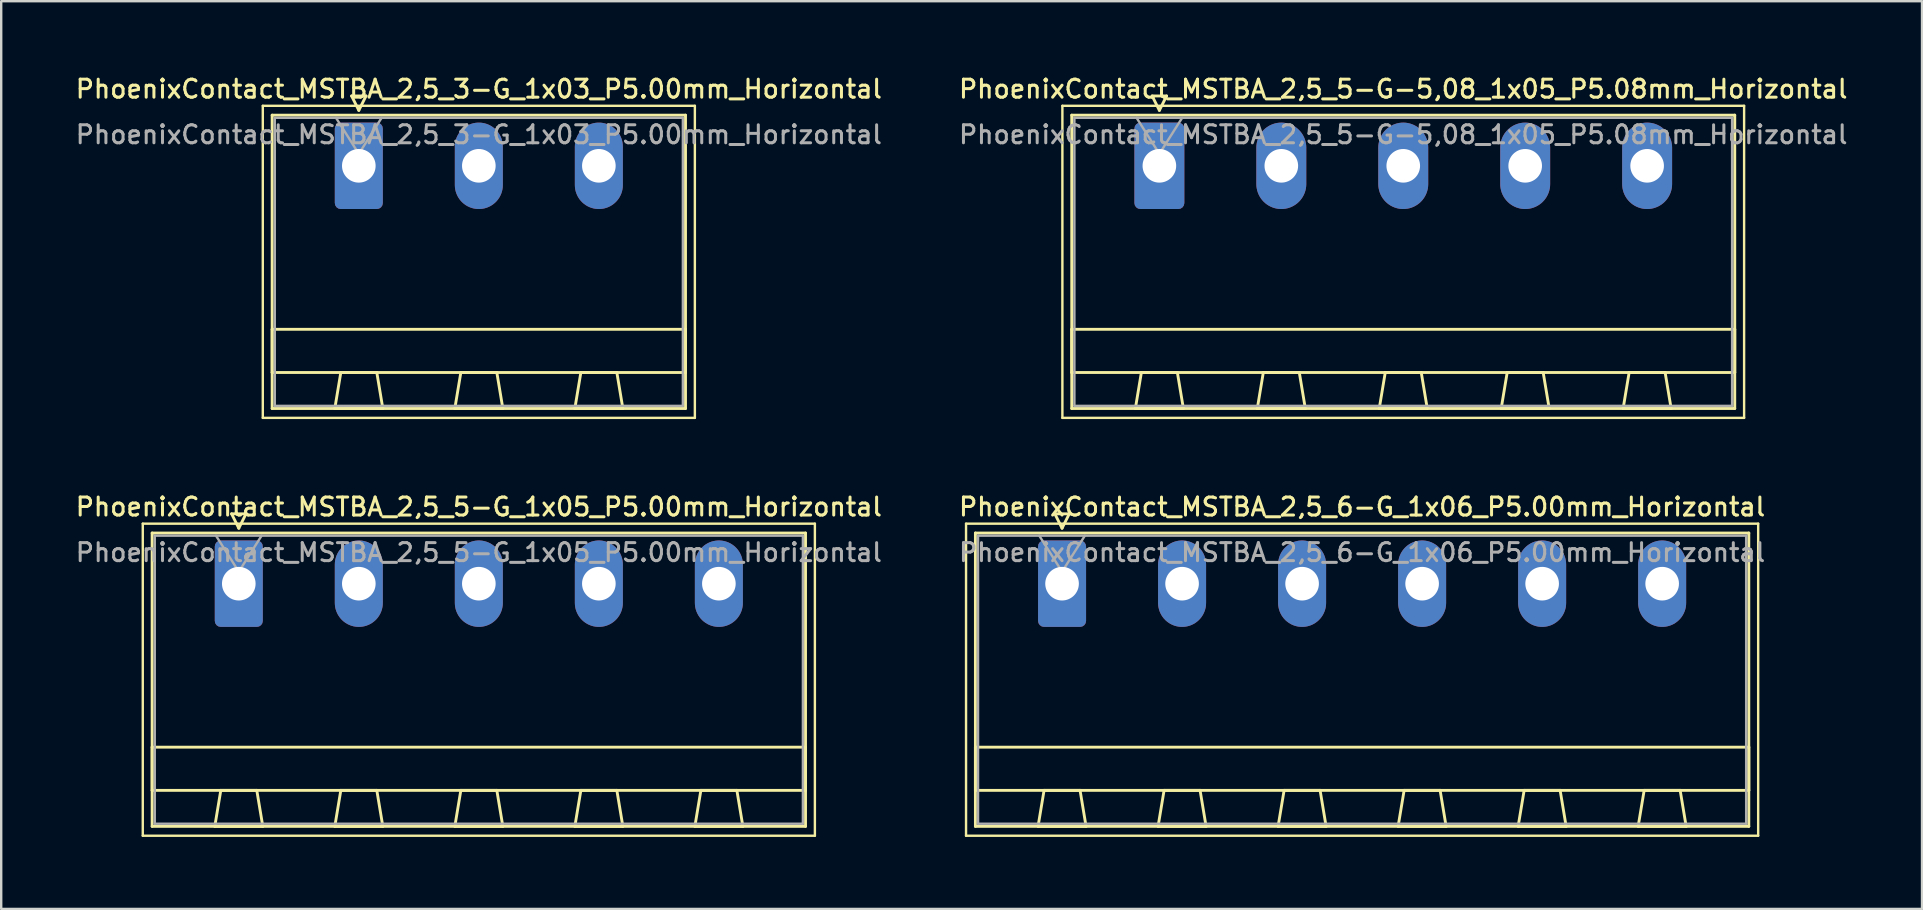
<source format=kicad_pcb>
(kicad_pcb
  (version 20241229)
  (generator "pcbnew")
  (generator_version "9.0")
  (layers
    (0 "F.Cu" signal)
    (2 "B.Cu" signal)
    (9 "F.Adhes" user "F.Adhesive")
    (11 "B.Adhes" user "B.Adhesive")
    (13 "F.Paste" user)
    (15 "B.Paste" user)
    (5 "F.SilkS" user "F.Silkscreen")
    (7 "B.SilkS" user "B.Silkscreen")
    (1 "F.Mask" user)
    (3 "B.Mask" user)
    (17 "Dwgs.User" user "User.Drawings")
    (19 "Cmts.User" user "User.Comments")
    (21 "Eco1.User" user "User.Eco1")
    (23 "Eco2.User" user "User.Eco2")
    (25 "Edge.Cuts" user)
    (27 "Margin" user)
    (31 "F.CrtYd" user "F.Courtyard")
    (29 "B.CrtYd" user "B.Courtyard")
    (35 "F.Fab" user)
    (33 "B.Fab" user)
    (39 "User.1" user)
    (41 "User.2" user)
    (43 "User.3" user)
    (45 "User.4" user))
  (footprint "PhoenixContact_MSTBA_2,5_5-G-5,08_1x05_P5.08mm_Horizontal"
    (layer "F.Cu")
    (at 45.249 3.858)
    (property "Reference" "PhoenixContact_MSTBA_2,5_5-G-5,08_1x05_P5.08mm_Horizontal" (at 10.16 -3.2 0) (layer "F.SilkS") (effects (font (size 0.75 0.75) (thickness 0.125))))
    (attr through_hole)
    (fp_line (start -4.04 -2.5) (end -4.04 10.5) (stroke (width 0.1) (type solid)) (layer "F.SilkS"))
    (fp_line (start -4.04 10.5) (end 24.36 10.5) (stroke (width 0.1) (type solid)) (layer "F.SilkS"))
    (fp_line (start -3.65 -2.11) (end -3.65 10.11) (stroke (width 0.12) (type solid)) (layer "F.SilkS"))
    (fp_line (start -3.65 6.81) (end 23.97 6.81) (stroke (width 0.12) (type solid)) (layer "F.SilkS"))
    (fp_line (start -3.65 8.61) (end -3.65 6.81) (stroke (width 0.12) (type solid)) (layer "F.SilkS"))
    (fp_line (start -3.65 10.11) (end 23.97 10.11) (stroke (width 0.12) (type solid)) (layer "F.SilkS"))
    (fp_line (start -1 10.11) (end 1 10.11) (stroke (width 0.12) (type solid)) (layer "F.SilkS"))
    (fp_line (start -0.75 8.61) (end -1 10.11) (stroke (width 0.12) (type solid)) (layer "F.SilkS"))
    (fp_line (start -0.3 -2.91) (end 0.3 -2.91) (stroke (width 0.12) (type solid)) (layer "F.SilkS"))
    (fp_line (start 0 -2.31) (end -0.3 -2.91) (stroke (width 0.12) (type solid)) (layer "F.SilkS"))
    (fp_line (start 0.3 -2.91) (end 0 -2.31) (stroke (width 0.12) (type solid)) (layer "F.SilkS"))
    (fp_line (start 0.75 8.61) (end -0.75 8.61) (stroke (width 0.12) (type solid)) (layer "F.SilkS"))
    (fp_line (start 1 10.11) (end 0.75 8.61) (stroke (width 0.12) (type solid)) (layer "F.SilkS"))
    (fp_line (start 4.08 10.11) (end 6.08 10.11) (stroke (width 0.12) (type solid)) (layer "F.SilkS"))
    (fp_line (start 4.33 8.61) (end 4.08 10.11) (stroke (width 0.12) (type solid)) (layer "F.SilkS"))
    (fp_line (start 5.83 8.61) (end 4.33 8.61) (stroke (width 0.12) (type solid)) (layer "F.SilkS"))
    (fp_line (start 6.08 10.11) (end 5.83 8.61) (stroke (width 0.12) (type solid)) (layer "F.SilkS"))
    (fp_line (start 9.16 10.11) (end 11.16 10.11) (stroke (width 0.12) (type solid)) (layer "F.SilkS"))
    (fp_line (start 9.41 8.61) (end 9.16 10.11) (stroke (width 0.12) (type solid)) (layer "F.SilkS"))
    (fp_line (start 10.91 8.61) (end 9.41 8.61) (stroke (width 0.12) (type solid)) (layer "F.SilkS"))
    (fp_line (start 11.16 10.11) (end 10.91 8.61) (stroke (width 0.12) (type solid)) (layer "F.SilkS"))
    (fp_line (start 14.24 10.11) (end 16.24 10.11) (stroke (width 0.12) (type solid)) (layer "F.SilkS"))
    (fp_line (start 14.49 8.61) (end 14.24 10.11) (stroke (width 0.12) (type solid)) (layer "F.SilkS"))
    (fp_line (start 15.99 8.61) (end 14.49 8.61) (stroke (width 0.12) (type solid)) (layer "F.SilkS"))
    (fp_line (start 16.24 10.11) (end 15.99 8.61) (stroke (width 0.12) (type solid)) (layer "F.SilkS"))
    (fp_line (start 19.32 10.11) (end 21.32 10.11) (stroke (width 0.12) (type solid)) (layer "F.SilkS"))
    (fp_line (start 19.57 8.61) (end 19.32 10.11) (stroke (width 0.12) (type solid)) (layer "F.SilkS"))
    (fp_line (start 21.07 8.61) (end 19.57 8.61) (stroke (width 0.12) (type solid)) (layer "F.SilkS"))
    (fp_line (start 21.32 10.11) (end 21.07 8.61) (stroke (width 0.12) (type solid)) (layer "F.SilkS"))
    (fp_line (start 23.97 -2.11) (end -3.65 -2.11) (stroke (width 0.12) (type solid)) (layer "F.SilkS"))
    (fp_line (start 23.97 6.81) (end 23.97 8.61) (stroke (width 0.12) (type solid)) (layer "F.SilkS"))
    (fp_line (start 23.97 8.61) (end -3.65 8.61) (stroke (width 0.12) (type solid)) (layer "F.SilkS"))
    (fp_line (start 23.97 10.11) (end 23.97 -2.11) (stroke (width 0.12) (type solid)) (layer "F.SilkS"))
    (fp_line (start 24.36 -2.5) (end -4.04 -2.5) (stroke (width 0.1) (type solid)) (layer "F.SilkS"))
    (fp_line (start 24.36 10.5) (end 24.36 -2.5) (stroke (width 0.1) (type solid)) (layer "F.SilkS"))
    (fp_line (start -3.54 -2) (end -3.54 10) (stroke (width 0.1) (type solid)) (layer "F.Fab"))
    (fp_line (start -3.54 10) (end 23.86 10) (stroke (width 0.1) (type solid)) (layer "F.Fab"))
    (fp_line (start 0 -0.5) (end -0.95 -2) (stroke (width 0.1) (type solid)) (layer "F.Fab"))
    (fp_line (start 0.95 -2) (end 0 -0.5) (stroke (width 0.1) (type solid)) (layer "F.Fab"))
    (fp_line (start 23.86 -2) (end -3.54 -2) (stroke (width 0.1) (type solid)) (layer "F.Fab"))
    (fp_line (start 23.86 10) (end 23.86 -2) (stroke (width 0.1) (type solid)) (layer "F.Fab"))
    (fp_text user "${REFERENCE}" (at 10.16 -1.3 0) (layer "F.Fab") (effects (font (size 0.75 0.75) (thickness 0.125))))
    (pad "1" thru_hole roundrect (at 0 0) (size 2.08 3.6) (drill 1.4) (layers "*.Cu" "*.Mask") (roundrect_rratio 0.12))
    (pad "2" thru_hole oval (at 5.08 0) (size 2.08 3.6) (drill 1.4) (layers "*.Cu" "*.Mask"))
    (pad "3" thru_hole oval (at 10.16 0) (size 2.08 3.6) (drill 1.4) (layers "*.Cu" "*.Mask"))
    (pad "4" thru_hole oval (at 15.24 0) (size 2.08 3.6) (drill 1.4) (layers "*.Cu" "*.Mask"))
    (pad "5" thru_hole oval (at 20.32 0) (size 2.08 3.6) (drill 1.4) (layers "*.Cu" "*.Mask")))
  (footprint "PhoenixContact_MSTBA_2,5_3-G_1x03_P5.00mm_Horizontal"
    (layer "F.Cu")
    (at 11.898 3.858)
    (property "Reference" "PhoenixContact_MSTBA_2,5_3-G_1x03_P5.00mm_Horizontal" (at 5 -3.2 0) (layer "F.SilkS") (effects (font (size 0.75 0.75) (thickness 0.125))))
    (attr through_hole)
    (fp_line (start -4 -2.5) (end -4 10.5) (stroke (width 0.1) (type solid)) (layer "F.SilkS"))
    (fp_line (start -4 10.5) (end 14 10.5) (stroke (width 0.1) (type solid)) (layer "F.SilkS"))
    (fp_line (start -3.61 -2.11) (end -3.61 10.11) (stroke (width 0.12) (type solid)) (layer "F.SilkS"))
    (fp_line (start -3.61 6.81) (end 13.61 6.81) (stroke (width 0.12) (type solid)) (layer "F.SilkS"))
    (fp_line (start -3.61 8.61) (end -3.61 6.81) (stroke (width 0.12) (type solid)) (layer "F.SilkS"))
    (fp_line (start -3.61 10.11) (end 13.61 10.11) (stroke (width 0.12) (type solid)) (layer "F.SilkS"))
    (fp_line (start -1 10.11) (end 1 10.11) (stroke (width 0.12) (type solid)) (layer "F.SilkS"))
    (fp_line (start -0.75 8.61) (end -1 10.11) (stroke (width 0.12) (type solid)) (layer "F.SilkS"))
    (fp_line (start -0.3 -2.91) (end 0.3 -2.91) (stroke (width 0.12) (type solid)) (layer "F.SilkS"))
    (fp_line (start 0 -2.31) (end -0.3 -2.91) (stroke (width 0.12) (type solid)) (layer "F.SilkS"))
    (fp_line (start 0.3 -2.91) (end 0 -2.31) (stroke (width 0.12) (type solid)) (layer "F.SilkS"))
    (fp_line (start 0.75 8.61) (end -0.75 8.61) (stroke (width 0.12) (type solid)) (layer "F.SilkS"))
    (fp_line (start 1 10.11) (end 0.75 8.61) (stroke (width 0.12) (type solid)) (layer "F.SilkS"))
    (fp_line (start 4 10.11) (end 6 10.11) (stroke (width 0.12) (type solid)) (layer "F.SilkS"))
    (fp_line (start 4.25 8.61) (end 4 10.11) (stroke (width 0.12) (type solid)) (layer "F.SilkS"))
    (fp_line (start 5.75 8.61) (end 4.25 8.61) (stroke (width 0.12) (type solid)) (layer "F.SilkS"))
    (fp_line (start 6 10.11) (end 5.75 8.61) (stroke (width 0.12) (type solid)) (layer "F.SilkS"))
    (fp_line (start 9 10.11) (end 11 10.11) (stroke (width 0.12) (type solid)) (layer "F.SilkS"))
    (fp_line (start 9.25 8.61) (end 9 10.11) (stroke (width 0.12) (type solid)) (layer "F.SilkS"))
    (fp_line (start 10.75 8.61) (end 9.25 8.61) (stroke (width 0.12) (type solid)) (layer "F.SilkS"))
    (fp_line (start 11 10.11) (end 10.75 8.61) (stroke (width 0.12) (type solid)) (layer "F.SilkS"))
    (fp_line (start 13.61 -2.11) (end -3.61 -2.11) (stroke (width 0.12) (type solid)) (layer "F.SilkS"))
    (fp_line (start 13.61 6.81) (end 13.61 8.61) (stroke (width 0.12) (type solid)) (layer "F.SilkS"))
    (fp_line (start 13.61 8.61) (end -3.61 8.61) (stroke (width 0.12) (type solid)) (layer "F.SilkS"))
    (fp_line (start 13.61 10.11) (end 13.61 -2.11) (stroke (width 0.12) (type solid)) (layer "F.SilkS"))
    (fp_line (start 14 -2.5) (end -4 -2.5) (stroke (width 0.1) (type solid)) (layer "F.SilkS"))
    (fp_line (start 14 10.5) (end 14 -2.5) (stroke (width 0.1) (type solid)) (layer "F.SilkS"))
    (fp_line (start -3.5 -2) (end -3.5 10) (stroke (width 0.1) (type solid)) (layer "F.Fab"))
    (fp_line (start -3.5 10) (end 13.5 10) (stroke (width 0.1) (type solid)) (layer "F.Fab"))
    (fp_line (start 0 -0.5) (end -0.95 -2) (stroke (width 0.1) (type solid)) (layer "F.Fab"))
    (fp_line (start 0.95 -2) (end 0 -0.5) (stroke (width 0.1) (type solid)) (layer "F.Fab"))
    (fp_line (start 13.5 -2) (end -3.5 -2) (stroke (width 0.1) (type solid)) (layer "F.Fab"))
    (fp_line (start 13.5 10) (end 13.5 -2) (stroke (width 0.1) (type solid)) (layer "F.Fab"))
    (fp_text user "${REFERENCE}" (at 5 -1.3 0) (layer "F.Fab") (effects (font (size 0.75 0.75) (thickness 0.125))))
    (pad "1" thru_hole roundrect (at 0 0) (size 2 3.6) (drill 1.4) (layers "*.Cu" "*.Mask") (roundrect_rratio 0.125))
    (pad "2" thru_hole oval (at 5 0) (size 2 3.6) (drill 1.4) (layers "*.Cu" "*.Mask"))
    (pad "3" thru_hole oval (at 10 0) (size 2 3.6) (drill 1.4) (layers "*.Cu" "*.Mask")))
  (footprint "PhoenixContact_MSTBA_2,5_6-G_1x06_P5.00mm_Horizontal"
    (layer "F.Cu")
    (at 41.195 21.266)
    (property "Reference" "PhoenixContact_MSTBA_2,5_6-G_1x06_P5.00mm_Horizontal" (at 12.5 -3.2 0) (layer "F.SilkS") (effects (font (size 0.75 0.75) (thickness 0.125))))
    (attr through_hole)
    (fp_line (start -4 -2.5) (end -4 10.5) (stroke (width 0.1) (type solid)) (layer "F.SilkS"))
    (fp_line (start -4 10.5) (end 29 10.5) (stroke (width 0.1) (type solid)) (layer "F.SilkS"))
    (fp_line (start -3.61 -2.11) (end -3.61 10.11) (stroke (width 0.12) (type solid)) (layer "F.SilkS"))
    (fp_line (start -3.61 6.81) (end 28.61 6.81) (stroke (width 0.12) (type solid)) (layer "F.SilkS"))
    (fp_line (start -3.61 8.61) (end -3.61 6.81) (stroke (width 0.12) (type solid)) (layer "F.SilkS"))
    (fp_line (start -3.61 10.11) (end 28.61 10.11) (stroke (width 0.12) (type solid)) (layer "F.SilkS"))
    (fp_line (start -1 10.11) (end 1 10.11) (stroke (width 0.12) (type solid)) (layer "F.SilkS"))
    (fp_line (start -0.75 8.61) (end -1 10.11) (stroke (width 0.12) (type solid)) (layer "F.SilkS"))
    (fp_line (start -0.3 -2.91) (end 0.3 -2.91) (stroke (width 0.12) (type solid)) (layer "F.SilkS"))
    (fp_line (start 0 -2.31) (end -0.3 -2.91) (stroke (width 0.12) (type solid)) (layer "F.SilkS"))
    (fp_line (start 0.3 -2.91) (end 0 -2.31) (stroke (width 0.12) (type solid)) (layer "F.SilkS"))
    (fp_line (start 0.75 8.61) (end -0.75 8.61) (stroke (width 0.12) (type solid)) (layer "F.SilkS"))
    (fp_line (start 1 10.11) (end 0.75 8.61) (stroke (width 0.12) (type solid)) (layer "F.SilkS"))
    (fp_line (start 4 10.11) (end 6 10.11) (stroke (width 0.12) (type solid)) (layer "F.SilkS"))
    (fp_line (start 4.25 8.61) (end 4 10.11) (stroke (width 0.12) (type solid)) (layer "F.SilkS"))
    (fp_line (start 5.75 8.61) (end 4.25 8.61) (stroke (width 0.12) (type solid)) (layer "F.SilkS"))
    (fp_line (start 6 10.11) (end 5.75 8.61) (stroke (width 0.12) (type solid)) (layer "F.SilkS"))
    (fp_line (start 9 10.11) (end 11 10.11) (stroke (width 0.12) (type solid)) (layer "F.SilkS"))
    (fp_line (start 9.25 8.61) (end 9 10.11) (stroke (width 0.12) (type solid)) (layer "F.SilkS"))
    (fp_line (start 10.75 8.61) (end 9.25 8.61) (stroke (width 0.12) (type solid)) (layer "F.SilkS"))
    (fp_line (start 11 10.11) (end 10.75 8.61) (stroke (width 0.12) (type solid)) (layer "F.SilkS"))
    (fp_line (start 14 10.11) (end 16 10.11) (stroke (width 0.12) (type solid)) (layer "F.SilkS"))
    (fp_line (start 14.25 8.61) (end 14 10.11) (stroke (width 0.12) (type solid)) (layer "F.SilkS"))
    (fp_line (start 15.75 8.61) (end 14.25 8.61) (stroke (width 0.12) (type solid)) (layer "F.SilkS"))
    (fp_line (start 16 10.11) (end 15.75 8.61) (stroke (width 0.12) (type solid)) (layer "F.SilkS"))
    (fp_line (start 19 10.11) (end 21 10.11) (stroke (width 0.12) (type solid)) (layer "F.SilkS"))
    (fp_line (start 19.25 8.61) (end 19 10.11) (stroke (width 0.12) (type solid)) (layer "F.SilkS"))
    (fp_line (start 20.75 8.61) (end 19.25 8.61) (stroke (width 0.12) (type solid)) (layer "F.SilkS"))
    (fp_line (start 21 10.11) (end 20.75 8.61) (stroke (width 0.12) (type solid)) (layer "F.SilkS"))
    (fp_line (start 24 10.11) (end 26 10.11) (stroke (width 0.12) (type solid)) (layer "F.SilkS"))
    (fp_line (start 24.25 8.61) (end 24 10.11) (stroke (width 0.12) (type solid)) (layer "F.SilkS"))
    (fp_line (start 25.75 8.61) (end 24.25 8.61) (stroke (width 0.12) (type solid)) (layer "F.SilkS"))
    (fp_line (start 26 10.11) (end 25.75 8.61) (stroke (width 0.12) (type solid)) (layer "F.SilkS"))
    (fp_line (start 28.61 -2.11) (end -3.61 -2.11) (stroke (width 0.12) (type solid)) (layer "F.SilkS"))
    (fp_line (start 28.61 6.81) (end 28.61 8.61) (stroke (width 0.12) (type solid)) (layer "F.SilkS"))
    (fp_line (start 28.61 8.61) (end -3.61 8.61) (stroke (width 0.12) (type solid)) (layer "F.SilkS"))
    (fp_line (start 28.61 10.11) (end 28.61 -2.11) (stroke (width 0.12) (type solid)) (layer "F.SilkS"))
    (fp_line (start 29 -2.5) (end -4 -2.5) (stroke (width 0.1) (type solid)) (layer "F.SilkS"))
    (fp_line (start 29 10.5) (end 29 -2.5) (stroke (width 0.1) (type solid)) (layer "F.SilkS"))
    (fp_line (start -3.5 -2) (end -3.5 10) (stroke (width 0.1) (type solid)) (layer "F.Fab"))
    (fp_line (start -3.5 10) (end 28.5 10) (stroke (width 0.1) (type solid)) (layer "F.Fab"))
    (fp_line (start 0 -0.5) (end -0.95 -2) (stroke (width 0.1) (type solid)) (layer "F.Fab"))
    (fp_line (start 0.95 -2) (end 0 -0.5) (stroke (width 0.1) (type solid)) (layer "F.Fab"))
    (fp_line (start 28.5 -2) (end -3.5 -2) (stroke (width 0.1) (type solid)) (layer "F.Fab"))
    (fp_line (start 28.5 10) (end 28.5 -2) (stroke (width 0.1) (type solid)) (layer "F.Fab"))
    (fp_text user "${REFERENCE}" (at 12.5 -1.3 0) (layer "F.Fab") (effects (font (size 0.75 0.75) (thickness 0.125))))
    (pad "1" thru_hole roundrect (at 0 0) (size 2 3.6) (drill 1.4) (layers "*.Cu" "*.Mask") (roundrect_rratio 0.125))
    (pad "2" thru_hole oval (at 5 0) (size 2 3.6) (drill 1.4) (layers "*.Cu" "*.Mask"))
    (pad "3" thru_hole oval (at 10 0) (size 2 3.6) (drill 1.4) (layers "*.Cu" "*.Mask"))
    (pad "4" thru_hole oval (at 15 0) (size 2 3.6) (drill 1.4) (layers "*.Cu" "*.Mask"))
    (pad "5" thru_hole oval (at 20 0) (size 2 3.6) (drill 1.4) (layers "*.Cu" "*.Mask"))
    (pad "6" thru_hole oval (at 25 0) (size 2 3.6) (drill 1.4) (layers "*.Cu" "*.Mask")))
  (footprint "PhoenixContact_MSTBA_2,5_5-G_1x05_P5.00mm_Horizontal"
    (layer "F.Cu")
    (at 6.898 21.266)
    (property "Reference" "PhoenixContact_MSTBA_2,5_5-G_1x05_P5.00mm_Horizontal" (at 10 -3.2 0) (layer "F.SilkS") (effects (font (size 0.75 0.75) (thickness 0.125))))
    (attr through_hole)
    (fp_line (start -4 -2.5) (end -4 10.5) (stroke (width 0.1) (type solid)) (layer "F.SilkS"))
    (fp_line (start -4 10.5) (end 24 10.5) (stroke (width 0.1) (type solid)) (layer "F.SilkS"))
    (fp_line (start -3.61 -2.11) (end -3.61 10.11) (stroke (width 0.12) (type solid)) (layer "F.SilkS"))
    (fp_line (start -3.61 6.81) (end 23.61 6.81) (stroke (width 0.12) (type solid)) (layer "F.SilkS"))
    (fp_line (start -3.61 8.61) (end -3.61 6.81) (stroke (width 0.12) (type solid)) (layer "F.SilkS"))
    (fp_line (start -3.61 10.11) (end 23.61 10.11) (stroke (width 0.12) (type solid)) (layer "F.SilkS"))
    (fp_line (start -1 10.11) (end 1 10.11) (stroke (width 0.12) (type solid)) (layer "F.SilkS"))
    (fp_line (start -0.75 8.61) (end -1 10.11) (stroke (width 0.12) (type solid)) (layer "F.SilkS"))
    (fp_line (start -0.3 -2.91) (end 0.3 -2.91) (stroke (width 0.12) (type solid)) (layer "F.SilkS"))
    (fp_line (start 0 -2.31) (end -0.3 -2.91) (stroke (width 0.12) (type solid)) (layer "F.SilkS"))
    (fp_line (start 0.3 -2.91) (end 0 -2.31) (stroke (width 0.12) (type solid)) (layer "F.SilkS"))
    (fp_line (start 0.75 8.61) (end -0.75 8.61) (stroke (width 0.12) (type solid)) (layer "F.SilkS"))
    (fp_line (start 1 10.11) (end 0.75 8.61) (stroke (width 0.12) (type solid)) (layer "F.SilkS"))
    (fp_line (start 4 10.11) (end 6 10.11) (stroke (width 0.12) (type solid)) (layer "F.SilkS"))
    (fp_line (start 4.25 8.61) (end 4 10.11) (stroke (width 0.12) (type solid)) (layer "F.SilkS"))
    (fp_line (start 5.75 8.61) (end 4.25 8.61) (stroke (width 0.12) (type solid)) (layer "F.SilkS"))
    (fp_line (start 6 10.11) (end 5.75 8.61) (stroke (width 0.12) (type solid)) (layer "F.SilkS"))
    (fp_line (start 9 10.11) (end 11 10.11) (stroke (width 0.12) (type solid)) (layer "F.SilkS"))
    (fp_line (start 9.25 8.61) (end 9 10.11) (stroke (width 0.12) (type solid)) (layer "F.SilkS"))
    (fp_line (start 10.75 8.61) (end 9.25 8.61) (stroke (width 0.12) (type solid)) (layer "F.SilkS"))
    (fp_line (start 11 10.11) (end 10.75 8.61) (stroke (width 0.12) (type solid)) (layer "F.SilkS"))
    (fp_line (start 14 10.11) (end 16 10.11) (stroke (width 0.12) (type solid)) (layer "F.SilkS"))
    (fp_line (start 14.25 8.61) (end 14 10.11) (stroke (width 0.12) (type solid)) (layer "F.SilkS"))
    (fp_line (start 15.75 8.61) (end 14.25 8.61) (stroke (width 0.12) (type solid)) (layer "F.SilkS"))
    (fp_line (start 16 10.11) (end 15.75 8.61) (stroke (width 0.12) (type solid)) (layer "F.SilkS"))
    (fp_line (start 19 10.11) (end 21 10.11) (stroke (width 0.12) (type solid)) (layer "F.SilkS"))
    (fp_line (start 19.25 8.61) (end 19 10.11) (stroke (width 0.12) (type solid)) (layer "F.SilkS"))
    (fp_line (start 20.75 8.61) (end 19.25 8.61) (stroke (width 0.12) (type solid)) (layer "F.SilkS"))
    (fp_line (start 21 10.11) (end 20.75 8.61) (stroke (width 0.12) (type solid)) (layer "F.SilkS"))
    (fp_line (start 23.61 -2.11) (end -3.61 -2.11) (stroke (width 0.12) (type solid)) (layer "F.SilkS"))
    (fp_line (start 23.61 6.81) (end 23.61 8.61) (stroke (width 0.12) (type solid)) (layer "F.SilkS"))
    (fp_line (start 23.61 8.61) (end -3.61 8.61) (stroke (width 0.12) (type solid)) (layer "F.SilkS"))
    (fp_line (start 23.61 10.11) (end 23.61 -2.11) (stroke (width 0.12) (type solid)) (layer "F.SilkS"))
    (fp_line (start 24 -2.5) (end -4 -2.5) (stroke (width 0.1) (type solid)) (layer "F.SilkS"))
    (fp_line (start 24 10.5) (end 24 -2.5) (stroke (width 0.1) (type solid)) (layer "F.SilkS"))
    (fp_line (start -3.5 -2) (end -3.5 10) (stroke (width 0.1) (type solid)) (layer "F.Fab"))
    (fp_line (start -3.5 10) (end 23.5 10) (stroke (width 0.1) (type solid)) (layer "F.Fab"))
    (fp_line (start 0 -0.5) (end -0.95 -2) (stroke (width 0.1) (type solid)) (layer "F.Fab"))
    (fp_line (start 0.95 -2) (end 0 -0.5) (stroke (width 0.1) (type solid)) (layer "F.Fab"))
    (fp_line (start 23.5 -2) (end -3.5 -2) (stroke (width 0.1) (type solid)) (layer "F.Fab"))
    (fp_line (start 23.5 10) (end 23.5 -2) (stroke (width 0.1) (type solid)) (layer "F.Fab"))
    (fp_text user "${REFERENCE}" (at 10 -1.3 0) (layer "F.Fab") (effects (font (size 0.75 0.75) (thickness 0.125))))
    (pad "1" thru_hole roundrect (at 0 0) (size 2 3.6) (drill 1.4) (layers "*.Cu" "*.Mask") (roundrect_rratio 0.125))
    (pad "2" thru_hole oval (at 5 0) (size 2 3.6) (drill 1.4) (layers "*.Cu" "*.Mask"))
    (pad "3" thru_hole oval (at 10 0) (size 2 3.6) (drill 1.4) (layers "*.Cu" "*.Mask"))
    (pad "4" thru_hole oval (at 15 0) (size 2 3.6) (drill 1.4) (layers "*.Cu" "*.Mask"))
    (pad "5" thru_hole oval (at 20 0) (size 2 3.6) (drill 1.4) (layers "*.Cu" "*.Mask")))
  (gr_rect
    (start -3 -3)
    (end 77.021 34.816)
    (stroke (width 0.1) (type default))
    (fill no)
    (layer "Edge.Cuts")))
</source>
